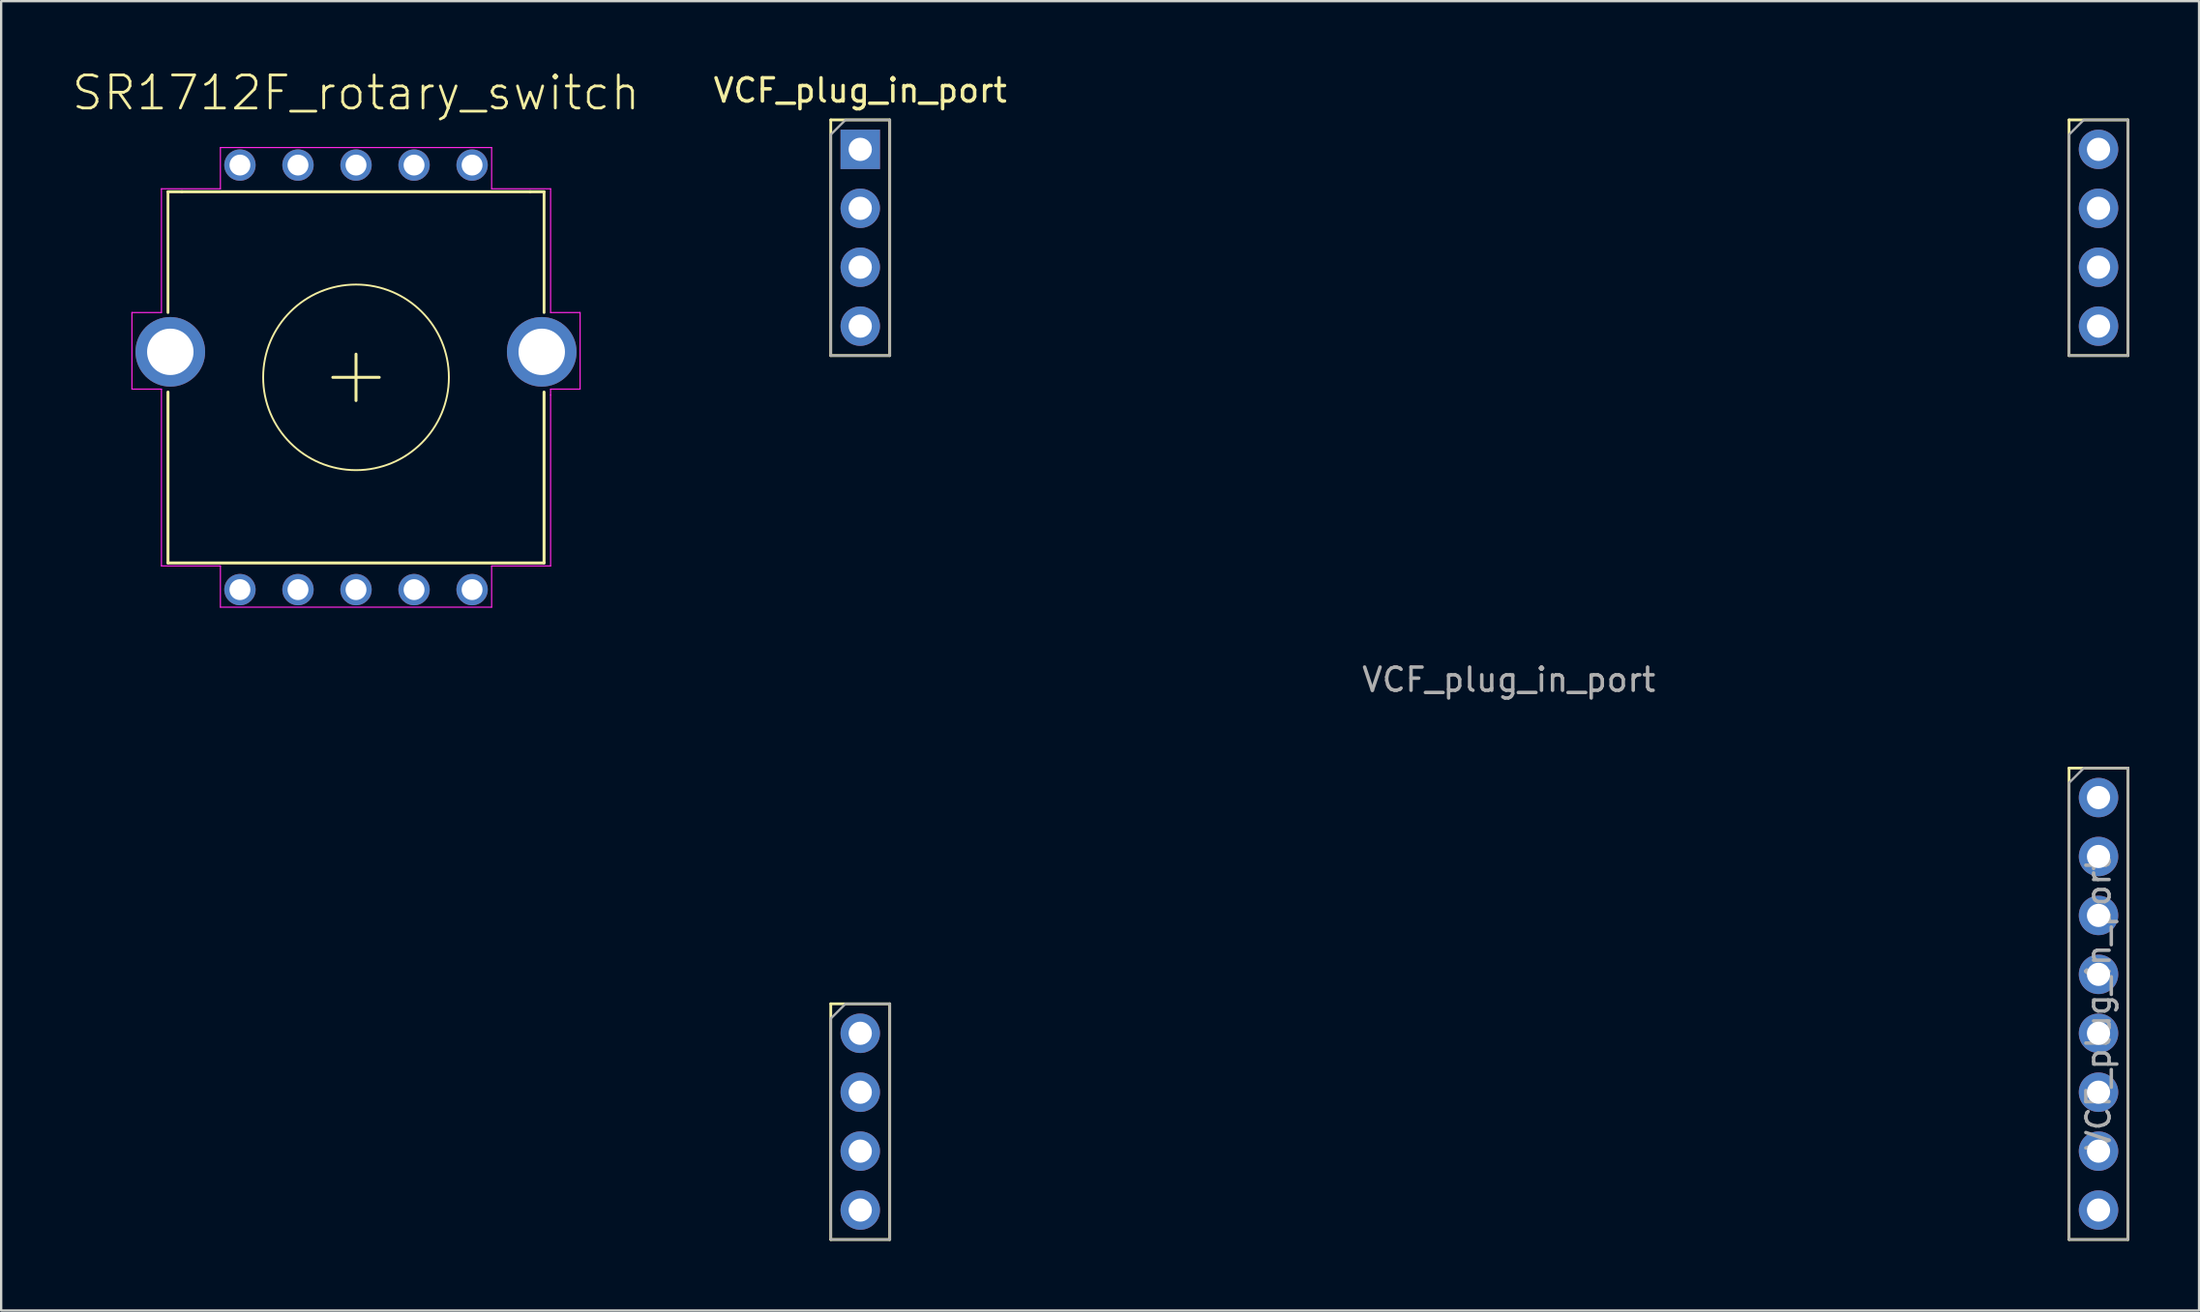
<source format=kicad_pcb>
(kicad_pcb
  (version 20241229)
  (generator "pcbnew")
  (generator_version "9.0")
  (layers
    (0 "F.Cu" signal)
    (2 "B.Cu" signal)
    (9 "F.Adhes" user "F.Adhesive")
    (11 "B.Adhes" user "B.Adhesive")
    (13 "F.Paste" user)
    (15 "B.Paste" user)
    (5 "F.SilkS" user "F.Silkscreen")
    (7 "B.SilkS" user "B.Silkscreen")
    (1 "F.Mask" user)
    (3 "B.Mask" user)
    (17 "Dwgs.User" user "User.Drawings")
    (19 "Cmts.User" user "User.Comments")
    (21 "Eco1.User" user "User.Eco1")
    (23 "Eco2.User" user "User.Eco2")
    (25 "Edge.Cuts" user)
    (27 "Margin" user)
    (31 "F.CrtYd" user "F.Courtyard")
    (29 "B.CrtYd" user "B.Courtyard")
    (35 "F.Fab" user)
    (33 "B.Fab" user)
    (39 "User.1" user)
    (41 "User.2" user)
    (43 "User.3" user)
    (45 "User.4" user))
  (footprint "SR1712F_rotary_switch"
    (layer "F.Cu")
    (at 12.286 13.215)
    (property "Reference" "SR1712F_rotary_switch" (at 0 -11.43 180) (layer "F.SilkS") (effects (font (size 1.425 1.425) (thickness 0.12)) (justify bottom)))
    (attr through_hole)
    (fp_line (start -8.1 -8) (end -8.1 -2.794) (stroke (width 0.12) (type solid)) (layer "F.SilkS"))
    (fp_line (start -8.1 0.635) (end -8.1 8) (stroke (width 0.127) (type solid)) (layer "F.SilkS"))
    (fp_line (start -8.1 8) (end 8.1 8) (stroke (width 0.127) (type solid)) (layer "F.SilkS"))
    (fp_line (start -7.5 -8) (end -8.1 -8) (stroke (width 0.127) (type solid)) (layer "F.SilkS"))
    (fp_line (start -1 0) (end 1 0) (stroke (width 0.127) (type solid)) (layer "F.SilkS"))
    (fp_line (start 0 1) (end 0 -1) (stroke (width 0.127) (type solid)) (layer "F.SilkS"))
    (fp_line (start 7.5 -8) (end -7.5 -8) (stroke (width 0.127) (type solid)) (layer "F.SilkS"))
    (fp_line (start 8.1 -8) (end 7.5 -8) (stroke (width 0.127) (type solid)) (layer "F.SilkS"))
    (fp_line (start 8.1 -8) (end 8.1 -2.794) (stroke (width 0.12) (type solid)) (layer "F.SilkS"))
    (fp_line (start 8.1 8) (end 8.1 0.635) (stroke (width 0.127) (type solid)) (layer "F.SilkS"))
    (fp_circle (center 0 0) (end 4 0) (stroke (width 0.08) (type solid)) (fill no) (layer "F.SilkS"))
    (fp_line (start -9.652 -2.794) (end -9.652 0.508) (stroke (width 0.05) (type solid)) (layer "F.CrtYd"))
    (fp_line (start -9.652 0.508) (end -8.382 0.508) (stroke (width 0.05) (type solid)) (layer "F.CrtYd"))
    (fp_line (start -8.382 -8.128) (end -8.382 -2.794) (stroke (width 0.05) (type solid)) (layer "F.CrtYd"))
    (fp_line (start -8.382 -2.794) (end -9.652 -2.794) (stroke (width 0.05) (type solid)) (layer "F.CrtYd"))
    (fp_line (start -8.382 0.508) (end -8.382 8.128) (stroke (width 0.05) (type solid)) (layer "F.CrtYd"))
    (fp_line (start -8.382 8.128) (end -5.842 8.128) (stroke (width 0.05) (type solid)) (layer "F.CrtYd"))
    (fp_line (start -5.842 -9.906) (end -5.842 -8.128) (stroke (width 0.05) (type solid)) (layer "F.CrtYd"))
    (fp_line (start -5.842 -8.128) (end -8.382 -8.128) (stroke (width 0.05) (type solid)) (layer "F.CrtYd"))
    (fp_line (start -5.842 8.128) (end -5.842 9.906) (stroke (width 0.05) (type solid)) (layer "F.CrtYd"))
    (fp_line (start -5.842 9.906) (end 5.842 9.906) (stroke (width 0.05) (type solid)) (layer "F.CrtYd"))
    (fp_line (start 5.842 -9.906) (end -5.842 -9.906) (stroke (width 0.05) (type solid)) (layer "F.CrtYd"))
    (fp_line (start 5.842 -8.128) (end 5.842 -9.906) (stroke (width 0.05) (type solid)) (layer "F.CrtYd"))
    (fp_line (start 5.842 8.128) (end 8.382 8.128) (stroke (width 0.05) (type solid)) (layer "F.CrtYd"))
    (fp_line (start 5.842 9.906) (end 5.842 8.128) (stroke (width 0.05) (type solid)) (layer "F.CrtYd"))
    (fp_line (start 8.382 -8.128) (end 5.842 -8.128) (stroke (width 0.05) (type solid)) (layer "F.CrtYd"))
    (fp_line (start 8.382 -2.794) (end 8.382 -8.128) (stroke (width 0.05) (type solid)) (layer "F.CrtYd"))
    (fp_line (start 8.382 0.508) (end 9.652 0.508) (stroke (width 0.05) (type solid)) (layer "F.CrtYd"))
    (fp_line (start 8.382 0.762) (end 8.382 0.508) (stroke (width 0.05) (type solid)) (layer "F.CrtYd"))
    (fp_line (start 8.382 8.128) (end 8.382 0.762) (stroke (width 0.05) (type solid)) (layer "F.CrtYd"))
    (fp_line (start 9.652 -2.794) (end 8.382 -2.794) (stroke (width 0.05) (type solid)) (layer "F.CrtYd"))
    (fp_line (start 9.652 0.508) (end 9.652 -2.794) (stroke (width 0.05) (type solid)) (layer "F.CrtYd"))
    (pad "" thru_hole circle (at -8 -1.1) (size 3 3) (drill 2) (layers "*.Cu" "*.Mask"))
    (pad "" thru_hole circle (at 8 -1.1) (size 3 3) (drill 2) (layers "*.Cu" "*.Mask"))
    (pad "1" thru_hole circle (at 5 9.15) (size 1.35 1.35) (drill 0.9) (layers "*.Cu" "*.Mask"))
    (pad "2" thru_hole circle (at 2.5 9.15) (size 1.35 1.35) (drill 0.9) (layers "*.Cu" "*.Mask"))
    (pad "3" thru_hole circle (at 0 9.15) (size 1.35 1.35) (drill 0.9) (layers "*.Cu" "*.Mask"))
    (pad "4" thru_hole circle (at -2.5 9.15) (size 1.35 1.35) (drill 0.9) (layers "*.Cu" "*.Mask"))
    (pad "5" thru_hole circle (at -5 9.15) (size 1.35 1.35) (drill 0.9) (layers "*.Cu" "*.Mask"))
    (pad "6" thru_hole circle (at -5 -9.15) (size 1.35 1.35) (drill 0.9) (layers "*.Cu" "*.Mask"))
    (pad "7" thru_hole circle (at -2.5 -9.15) (size 1.35 1.35) (drill 0.9) (layers "*.Cu" "*.Mask"))
    (pad "8" thru_hole circle (at 0 -9.15) (size 1.35 1.35) (drill 0.9) (layers "*.Cu" "*.Mask"))
    (pad "9" thru_hole circle (at 2.5 -9.15) (size 1.35 1.35) (drill 0.9) (layers "*.Cu" "*.Mask"))
    (pad "10" thru_hole circle (at 5 -9.15) (size 1.35 1.35) (drill 0.9) (layers "*.Cu" "*.Mask")))
  (footprint "VCF_plug_in_port"
    (layer "F.Cu")
    (at 61.946 28.788)
    (property "Reference" "VCF_plug_in_port" (at -27.94 -27.94 0) (layer "F.SilkS") (effects (font (size 1 1) (thickness 0.15))))
    (attr through_hole)
    (fp_line (start -29.21 -26.67) (end -26.67 -26.67) (stroke (width 0.12) (type solid)) (layer "F.SilkS"))
    (fp_line (start -29.21 -16.51) (end -29.21 -26.67) (stroke (width 0.12) (type solid)) (layer "F.SilkS"))
    (fp_line (start -29.21 11.43) (end -26.67 11.43) (stroke (width 0.12) (type solid)) (layer "F.SilkS"))
    (fp_line (start -29.21 21.59) (end -29.21 11.43) (stroke (width 0.12) (type solid)) (layer "F.SilkS"))
    (fp_line (start -26.67 -26.67) (end -26.67 -16.51) (stroke (width 0.12) (type solid)) (layer "F.SilkS"))
    (fp_line (start -26.67 -16.51) (end -29.21 -16.51) (stroke (width 0.12) (type solid)) (layer "F.SilkS"))
    (fp_line (start -26.67 11.43) (end -26.67 21.59) (stroke (width 0.12) (type solid)) (layer "F.SilkS"))
    (fp_line (start -26.67 21.59) (end -29.21 21.59) (stroke (width 0.12) (type solid)) (layer "F.SilkS"))
    (fp_line (start 24.13 -26.67) (end 26.67 -26.67) (stroke (width 0.12) (type solid)) (layer "F.SilkS"))
    (fp_line (start 24.13 -16.51) (end 24.13 -26.67) (stroke (width 0.12) (type solid)) (layer "F.SilkS"))
    (fp_line (start 24.13 1.27) (end 24.13 21.59) (stroke (width 0.12) (type solid)) (layer "F.SilkS"))
    (fp_line (start 24.13 21.59) (end 26.67 21.59) (stroke (width 0.12) (type solid)) (layer "F.SilkS"))
    (fp_line (start 26.67 -26.67) (end 26.67 -16.51) (stroke (width 0.12) (type solid)) (layer "F.SilkS"))
    (fp_line (start 26.67 -16.51) (end 24.13 -16.51) (stroke (width 0.12) (type solid)) (layer "F.SilkS"))
    (fp_line (start 26.67 1.27) (end 24.13 1.27) (stroke (width 0.12) (type solid)) (layer "F.SilkS"))
    (fp_line (start 26.67 21.59) (end 26.67 1.27) (stroke (width 0.12) (type solid)) (layer "F.SilkS"))
    (fp_line (start -29.21 -26.035) (end -28.575 -26.67) (stroke (width 0.1) (type solid)) (layer "F.Fab"))
    (fp_line (start -29.21 -16.51) (end -29.21 -26.035) (stroke (width 0.1) (type solid)) (layer "F.Fab"))
    (fp_line (start -29.21 -16.51) (end -26.67 -16.51) (stroke (width 0.1) (type solid)) (layer "F.Fab"))
    (fp_line (start -29.21 12.065) (end -28.575 11.43) (stroke (width 0.1) (type solid)) (layer "F.Fab"))
    (fp_line (start -29.21 21.59) (end -29.21 12.065) (stroke (width 0.1) (type solid)) (layer "F.Fab"))
    (fp_line (start -29.21 21.59) (end -26.67 21.59) (stroke (width 0.1) (type solid)) (layer "F.Fab"))
    (fp_line (start -28.575 -26.67) (end -26.67 -26.67) (stroke (width 0.1) (type solid)) (layer "F.Fab"))
    (fp_line (start -28.575 11.43) (end -26.67 11.43) (stroke (width 0.1) (type solid)) (layer "F.Fab"))
    (fp_line (start -26.67 -26.67) (end -26.67 -16.51) (stroke (width 0.1) (type solid)) (layer "F.Fab"))
    (fp_line (start -26.67 11.43) (end -26.67 21.59) (stroke (width 0.1) (type solid)) (layer "F.Fab"))
    (fp_line (start 24.13 -26.035) (end 24.765 -26.67) (stroke (width 0.1) (type solid)) (layer "F.Fab"))
    (fp_line (start 24.13 -16.51) (end 24.13 -26.035) (stroke (width 0.1) (type solid)) (layer "F.Fab"))
    (fp_line (start 24.13 -16.51) (end 26.67 -16.51) (stroke (width 0.1) (type solid)) (layer "F.Fab"))
    (fp_line (start 24.13 1.905) (end 24.765 1.27) (stroke (width 0.1) (type solid)) (layer "F.Fab"))
    (fp_line (start 24.13 21.59) (end 24.13 1.905) (stroke (width 0.1) (type solid)) (layer "F.Fab"))
    (fp_line (start 24.765 -26.67) (end 26.67 -26.67) (stroke (width 0.1) (type solid)) (layer "F.Fab"))
    (fp_line (start 24.765 1.27) (end 26.67 1.27) (stroke (width 0.1) (type solid)) (layer "F.Fab"))
    (fp_line (start 26.67 -26.67) (end 26.67 -16.51) (stroke (width 0.1) (type solid)) (layer "F.Fab"))
    (fp_line (start 26.67 1.27) (end 26.67 21.59) (stroke (width 0.1) (type solid)) (layer "F.Fab"))
    (fp_line (start 26.67 21.59) (end 24.13 21.59) (stroke (width 0.1) (type solid)) (layer "F.Fab"))
    (fp_text user "${REFERENCE}" (at 0 -2.54 180) (layer "F.Fab") (effects (font (size 1 1) (thickness 0.15))))
    (fp_text user "${REFERENCE}" (at 25.4 11.43 90) (layer "F.Fab") (effects (font (size 1 1) (thickness 0.15))))
    (pad "1" thru_hole rect (at -27.94 -25.4) (size 1.7 1.7) (drill 1) (layers "*.Cu" "*.Mask"))
    (pad "2" thru_hole oval (at -27.94 -22.86) (size 1.7 1.7) (drill 1) (layers "*.Cu" "*.Mask"))
    (pad "3" thru_hole oval (at -27.94 -20.32) (size 1.7 1.7) (drill 1) (layers "*.Cu" "*.Mask"))
    (pad "4" thru_hole oval (at -27.94 -17.78) (size 1.7 1.7) (drill 1) (layers "*.Cu" "*.Mask"))
    (pad "5" thru_hole circle (at -27.94 12.7) (size 1.7 1.7) (drill 1) (layers "*.Cu" "*.Mask"))
    (pad "6" thru_hole oval (at -27.94 15.24) (size 1.7 1.7) (drill 1) (layers "*.Cu" "*.Mask"))
    (pad "7" thru_hole oval (at -27.94 17.78) (size 1.7 1.7) (drill 1) (layers "*.Cu" "*.Mask"))
    (pad "8" thru_hole oval (at -27.94 20.32) (size 1.7 1.7) (drill 1) (layers "*.Cu" "*.Mask"))
    (pad "9" thru_hole oval (at 25.4 20.32) (size 1.7 1.7) (drill 1) (layers "*.Cu" "*.Mask"))
    (pad "10" thru_hole oval (at 25.4 17.78) (size 1.7 1.7) (drill 1) (layers "*.Cu" "*.Mask"))
    (pad "11" thru_hole oval (at 25.4 15.24) (size 1.7 1.7) (drill 1) (layers "*.Cu" "*.Mask"))
    (pad "12" thru_hole oval (at 25.4 12.7) (size 1.7 1.7) (drill 1) (layers "*.Cu" "*.Mask"))
    (pad "13" thru_hole oval (at 25.4 10.16) (size 1.7 1.7) (drill 1) (layers "*.Cu" "*.Mask"))
    (pad "14" thru_hole oval (at 25.4 7.62) (size 1.7 1.7) (drill 1) (layers "*.Cu" "*.Mask"))
    (pad "15" thru_hole oval (at 25.4 5.08) (size 1.7 1.7) (drill 1) (layers "*.Cu" "*.Mask"))
    (pad "16" thru_hole circle (at 25.4 2.54) (size 1.7 1.7) (drill 1) (layers "*.Cu" "*.Mask"))
    (pad "17" thru_hole oval (at 25.4 -17.78) (size 1.7 1.7) (drill 1) (layers "*.Cu" "*.Mask"))
    (pad "18" thru_hole oval (at 25.4 -20.32) (size 1.7 1.7) (drill 1) (layers "*.Cu" "*.Mask"))
    (pad "19" thru_hole oval (at 25.4 -22.86) (size 1.7 1.7) (drill 1) (layers "*.Cu" "*.Mask"))
    (pad "20" thru_hole circle (at 25.4 -25.4) (size 1.7 1.7) (drill 1) (layers "*.Cu" "*.Mask")))
  (gr_rect
    (start -3 -3)
    (end 91.676 53.438)
    (stroke (width 0.1) (type default))
    (fill no)
    (layer "Edge.Cuts")))
</source>
